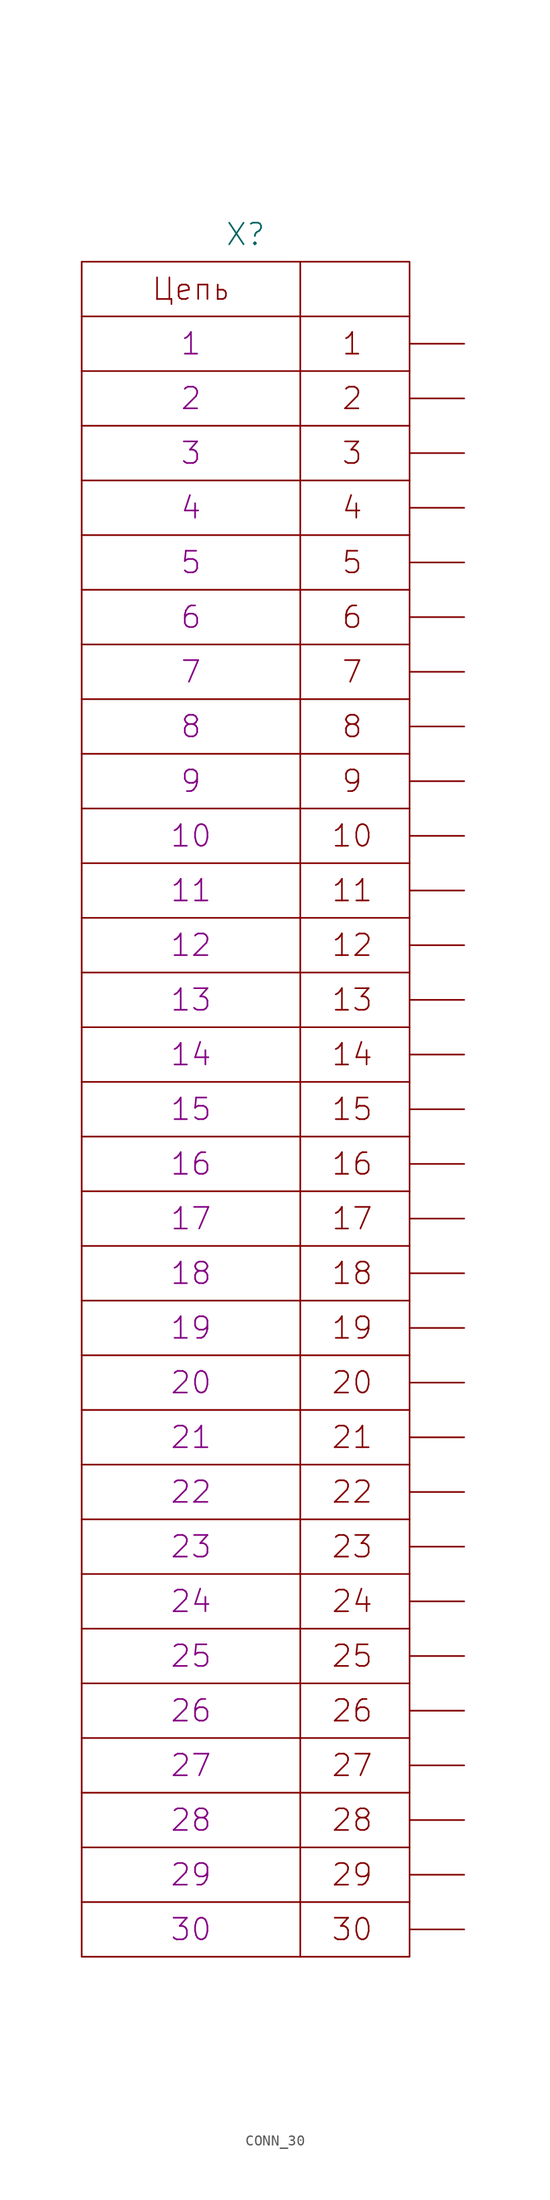
<source format=kicad_sym>
(kicad_symbol_lib
  (version 20231120)
  (generator "kicad_symbol_editor")
  (generator_version "8.0")
  (symbol "CONN_30"
    (pin_numbers hide)
    (pin_names
      (offset 0) hide)
    (property "Reference" "X"
      (at 0 81.28 0)
      (effects (font (size 2.007 2.007))))
    (property "PIN1" "1"
      (at -5.08 71.12 0)
      (effects (font (size 2.007 2.007))))
    (property "PIN2" "2"
      (at -5.08 66.04 0)
      (effects (font (size 2.007 2.007))))
    (property "PIN3" "3"
      (at -5.08 60.96 0)
      (effects (font (size 2.007 2.007))))
    (property "PIN4" "4"
      (at -5.08 55.88 0)
      (effects (font (size 2.007 2.007))))
    (property "PIN5" "5"
      (at -5.08 50.8 0)
      (effects (font (size 2.007 2.007))))
    (property "PIN6" "6"
      (at -5.08 45.72 0)
      (effects (font (size 2.007 2.007))))
    (property "PIN7" "7"
      (at -5.08 40.64 0)
      (effects (font (size 2.007 2.007))))
    (property "PIN8" "8"
      (at -5.08 35.56 0)
      (effects (font (size 2.007 2.007))))
    (property "PIN9" "9"
      (at -5.08 30.48 0)
      (effects (font (size 2.007 2.007))))
    (property "PIN10" "10"
      (at -5.08 25.4 0)
      (effects (font (size 2.007 2.007))))
    (property "PIN11" "11"
      (at -5.08 20.32 0)
      (effects (font (size 2.007 2.007))))
    (property "PIN12" "12"
      (at -5.08 15.24 0)
      (effects (font (size 2.007 2.007))))
    (property "PIN13" "13"
      (at -5.08 10.16 0)
      (effects (font (size 2.007 2.007))))
    (property "PIN14" "14"
      (at -5.08 5.08 0)
      (effects (font (size 2.007 2.007))))
    (property "PIN15" "15"
      (at -5.08 0 0)
      (effects (font (size 2.007 2.007))))
    (property "PIN16" "16"
      (at -5.08 -5.08 0)
      (effects (font (size 2.007 2.007))))
    (property "PIN17" "17"
      (at -5.08 -10.16 0)
      (effects (font (size 2.007 2.007))))
    (property "PIN18" "18"
      (at -5.08 -15.24 0)
      (effects (font (size 2.007 2.007))))
    (property "PIN19" "19"
      (at -5.08 -20.32 0)
      (effects (font (size 2.007 2.007))))
    (property "PIN20" "20"
      (at -5.08 -25.4 0)
      (effects (font (size 2.007 2.007))))
    (property "PIN21" "21"
      (at -5.08 -30.48 0)
      (effects (font (size 2.007 2.007))))
    (property "PIN22" "22"
      (at -5.08 -35.56 0)
      (effects (font (size 2.007 2.007))))
    (property "PIN23" "23"
      (at -5.08 -40.64 0)
      (effects (font (size 2.007 2.007))))
    (property "PIN24" "24"
      (at -5.08 -45.72 0)
      (effects (font (size 2.007 2.007))))
    (property "PIN25" "25"
      (at -5.08 -50.8 0)
      (effects (font (size 2.007 2.007))))
    (property "PIN26" "26"
      (at -5.08 -55.88 0)
      (effects (font (size 2.007 2.007))))
    (property "PIN27" "27"
      (at -5.08 -60.96 0)
      (effects (font (size 2.007 2.007))))
    (property "PIN28" "28"
      (at -5.08 -66.04 0)
      (effects (font (size 2.007 2.007))))
    (property "PIN29" "29"
      (at -5.08 -71.12 0)
      (effects (font (size 2.007 2.007))))
    (property "PIN30" "30"
      (at -5.08 -76.2 0)
      (effects (font (size 2.007 2.007))))
    (symbol "CONN_30_0_0"
      (polyline (pts (xy -15.24 -73.66) (xy 15.24 -73.66)) (stroke (width 0) (type solid)) (fill (type none)))
      (polyline (pts (xy -15.24 -68.58) (xy 15.24 -68.58)) (stroke (width 0) (type solid)) (fill (type none)))
      (polyline (pts (xy -15.24 -63.5) (xy 15.24 -63.5)) (stroke (width 0) (type solid)) (fill (type none)))
      (polyline (pts (xy -15.24 -58.42) (xy 15.24 -58.42)) (stroke (width 0) (type solid)) (fill (type none)))
      (polyline (pts (xy -15.24 -53.34) (xy 15.24 -53.34)) (stroke (width 0) (type solid)) (fill (type none)))
      (polyline (pts (xy -15.24 -48.26) (xy 15.24 -48.26)) (stroke (width 0) (type solid)) (fill (type none)))
      (polyline (pts (xy -15.24 -43.18) (xy 15.24 -43.18)) (stroke (width 0) (type solid)) (fill (type none)))
      (polyline (pts (xy -15.24 -38.1) (xy 15.24 -38.1)) (stroke (width 0) (type solid)) (fill (type none)))
      (polyline (pts (xy -15.24 -33.02) (xy 15.24 -33.02)) (stroke (width 0) (type solid)) (fill (type none)))
      (polyline (pts (xy -15.24 -27.94) (xy 15.24 -27.94)) (stroke (width 0) (type solid)) (fill (type none)))
      (polyline (pts (xy -15.24 -22.86) (xy 15.24 -22.86)) (stroke (width 0) (type solid)) (fill (type none)))
      (polyline (pts (xy -15.24 -17.78) (xy 15.24 -17.78)) (stroke (width 0) (type solid)) (fill (type none)))
      (polyline (pts (xy -15.24 -12.7) (xy 15.24 -12.7)) (stroke (width 0) (type solid)) (fill (type none)))
      (polyline (pts (xy -15.24 -7.62) (xy 15.24 -7.62)) (stroke (width 0) (type solid)) (fill (type none)))
      (polyline (pts (xy -15.24 -2.54) (xy 15.24 -2.54)) (stroke (width 0) (type solid)) (fill (type none)))
      (polyline (pts (xy -15.24 2.54) (xy 15.24 2.54)) (stroke (width 0) (type solid)) (fill (type none)))
      (polyline (pts (xy -15.24 7.62) (xy 15.24 7.62)) (stroke (width 0) (type solid)) (fill (type none)))
      (polyline (pts (xy -15.24 12.7) (xy 15.24 12.7)) (stroke (width 0) (type solid)) (fill (type none)))
      (polyline (pts (xy -15.24 17.78) (xy 15.24 17.78)) (stroke (width 0) (type solid)) (fill (type none)))
      (polyline (pts (xy -15.24 22.86) (xy 15.24 22.86)) (stroke (width 0) (type solid)) (fill (type none)))
      (polyline (pts (xy -15.24 27.94) (xy 15.24 27.94)) (stroke (width 0) (type solid)) (fill (type none)))
      (polyline (pts (xy -15.24 33.02) (xy 15.24 33.02)) (stroke (width 0) (type solid)) (fill (type none)))
      (polyline (pts (xy -15.24 38.1) (xy 15.24 38.1)) (stroke (width 0) (type solid)) (fill (type none)))
      (polyline (pts (xy -15.24 43.18) (xy 15.24 43.18)) (stroke (width 0) (type solid)) (fill (type none)))
      (polyline (pts (xy -15.24 48.26) (xy 15.24 48.26)) (stroke (width 0) (type solid)) (fill (type none)))
      (polyline (pts (xy -15.24 53.34) (xy 15.24 53.34)) (stroke (width 0) (type solid)) (fill (type none)))
      (polyline (pts (xy -15.24 58.42) (xy 15.24 58.42)) (stroke (width 0) (type solid)) (fill (type none)))
      (polyline (pts (xy -15.24 63.5) (xy 15.24 63.5)) (stroke (width 0) (type solid)) (fill (type none)))
      (polyline (pts (xy -15.24 68.58) (xy 15.24 68.58)) (stroke (width 0) (type solid)) (fill (type none)))
      (polyline (pts (xy -15.24 73.66) (xy 15.24 73.66)) (stroke (width 0) (type solid)) (fill (type none)))
      (polyline (pts (xy 5.08 78.74) (xy 5.08 -78.74)) (stroke (width 0) (type solid)) (fill (type none)))
      (rectangle (start 15.24 78.74) (end -15.24 -78.74) (stroke (width 0) (type solid)) (fill (type none))))
    (symbol "CONN_30_1_1"
      (text "1" (at 9.906 71.12 0) (effects (font (size 2.007 2.007))))
      (text "10" (at 9.906 25.4 0) (effects (font (size 2.007 2.007))))
      (text "11" (at 9.906 20.32 0) (effects (font (size 2.007 2.007))))
      (text "12" (at 9.906 15.24 0) (effects (font (size 2.007 2.007))))
      (text "13" (at 9.906 10.16 0) (effects (font (size 2.007 2.007))))
      (text "14" (at 9.906 5.08 0) (effects (font (size 2.007 2.007))))
      (text "15" (at 9.906 0 0) (effects (font (size 2.007 2.007))))
      (text "16" (at 9.906 -5.08 0) (effects (font (size 2.007 2.007))))
      (text "17" (at 9.906 -10.16 0) (effects (font (size 2.007 2.007))))
      (text "18" (at 9.906 -15.24 0) (effects (font (size 2.007 2.007))))
      (text "19" (at 9.906 -20.32 0) (effects (font (size 2.007 2.007))))
      (text "2" (at 9.906 66.04 0) (effects (font (size 2.007 2.007))))
      (text "20" (at 9.906 -25.4 0) (effects (font (size 2.007 2.007))))
      (text "21" (at 9.906 -30.48 0) (effects (font (size 2.007 2.007))))
      (text "22" (at 9.906 -35.56 0) (effects (font (size 2.007 2.007))))
      (text "23" (at 9.906 -40.64 0) (effects (font (size 2.007 2.007))))
      (text "24" (at 9.906 -45.72 0) (effects (font (size 2.007 2.007))))
      (text "25" (at 9.906 -50.8 0) (effects (font (size 2.007 2.007))))
      (text "26" (at 9.906 -55.88 0) (effects (font (size 2.007 2.007))))
      (text "27" (at 9.906 -60.96 0) (effects (font (size 2.007 2.007))))
      (text "28" (at 9.906 -66.04 0) (effects (font (size 2.007 2.007))))
      (text "29" (at 9.906 -71.12 0) (effects (font (size 2.007 2.007))))
      (text "3" (at 9.906 60.96 0) (effects (font (size 2.007 2.007))))
      (text "30" (at 9.906 -76.2 0) (effects (font (size 2.007 2.007))))
      (text "4" (at 9.906 55.88 0) (effects (font (size 2.007 2.007))))
      (text "5" (at 9.906 50.8 0) (effects (font (size 2.007 2.007))))
      (text "6" (at 9.906 45.72 0) (effects (font (size 2.007 2.007))))
      (text "7" (at 9.906 40.64 0) (effects (font (size 2.007 2.007))))
      (text "8" (at 9.906 35.56 0) (effects (font (size 2.007 2.007))))
      (text "9" (at 9.906 30.48 0) (effects (font (size 2.007 2.007))))
      (text "Цепь" (at -5.08 76.2 0) (effects (font (size 2.007 2.007))))
      (pin passive line (at 20.32 71.12 180) (length 5.08) (name "1" (effects (font (size 2.007 2.007)))) (number "1" (effects (font (size 2.007 2.007)))))
      (pin passive line (at 20.32 25.4 180) (length 5.08) (name "10" (effects (font (size 2.007 2.007)))) (number "10" (effects (font (size 2.007 2.007)))))
      (pin passive line (at 20.32 20.32 180) (length 5.08) (name "11" (effects (font (size 2.007 2.007)))) (number "11" (effects (font (size 2.007 2.007)))))
      (pin passive line (at 20.32 15.24 180) (length 5.08) (name "12" (effects (font (size 2.007 2.007)))) (number "12" (effects (font (size 2.007 2.007)))))
      (pin passive line (at 20.32 10.16 180) (length 5.08) (name "13" (effects (font (size 2.007 2.007)))) (number "13" (effects (font (size 2.007 2.007)))))
      (pin passive line (at 20.32 5.08 180) (length 5.08) (name "14" (effects (font (size 2.007 2.007)))) (number "14" (effects (font (size 2.007 2.007)))))
      (pin passive line (at 20.32 0 180) (length 5.08) (name "15" (effects (font (size 2.007 2.007)))) (number "15" (effects (font (size 2.007 2.007)))))
      (pin passive line (at 20.32 -5.08 180) (length 5.08) (name "16" (effects (font (size 2.007 2.007)))) (number "16" (effects (font (size 2.007 2.007)))))
      (pin passive line (at 20.32 -10.16 180) (length 5.08) (name "17" (effects (font (size 2.007 2.007)))) (number "17" (effects (font (size 2.007 2.007)))))
      (pin passive line (at 20.32 -15.24 180) (length 5.08) (name "18" (effects (font (size 2.007 2.007)))) (number "18" (effects (font (size 2.007 2.007)))))
      (pin passive line (at 20.32 -20.32 180) (length 5.08) (name "19" (effects (font (size 2.007 2.007)))) (number "19" (effects (font (size 2.007 2.007)))))
      (pin passive line (at 20.32 66.04 180) (length 5.08) (name "2" (effects (font (size 2.007 2.007)))) (number "2" (effects (font (size 2.007 2.007)))))
      (pin passive line (at 20.32 -25.4 180) (length 5.08) (name "20" (effects (font (size 2.007 2.007)))) (number "20" (effects (font (size 2.007 2.007)))))
      (pin passive line (at 20.32 -30.48 180) (length 5.08) (name "21" (effects (font (size 2.007 2.007)))) (number "21" (effects (font (size 2.007 2.007)))))
      (pin passive line (at 20.32 -35.56 180) (length 5.08) (name "22" (effects (font (size 2.007 2.007)))) (number "22" (effects (font (size 2.007 2.007)))))
      (pin passive line (at 20.32 -40.64 180) (length 5.08) (name "23" (effects (font (size 2.007 2.007)))) (number "23" (effects (font (size 2.007 2.007)))))
      (pin passive line (at 20.32 -45.72 180) (length 5.08) (name "24" (effects (font (size 2.007 2.007)))) (number "24" (effects (font (size 2.007 2.007)))))
      (pin passive line (at 20.32 -50.8 180) (length 5.08) (name "25" (effects (font (size 2.007 2.007)))) (number "25" (effects (font (size 2.007 2.007)))))
      (pin passive line (at 20.32 -55.88 180) (length 5.08) (name "26" (effects (font (size 2.007 2.007)))) (number "26" (effects (font (size 2.007 2.007)))))
      (pin passive line (at 20.32 -60.96 180) (length 5.08) (name "27" (effects (font (size 2.007 2.007)))) (number "27" (effects (font (size 2.007 2.007)))))
      (pin passive line (at 20.32 -66.04 180) (length 5.08) (name "28" (effects (font (size 2.007 2.007)))) (number "28" (effects (font (size 2.007 2.007)))))
      (pin passive line (at 20.32 -71.12 180) (length 5.08) (name "29" (effects (font (size 2.007 2.007)))) (number "29" (effects (font (size 2.007 2.007)))))
      (pin passive line (at 20.32 60.96 180) (length 5.08) (name "3" (effects (font (size 2.007 2.007)))) (number "3" (effects (font (size 2.007 2.007)))))
      (pin passive line (at 20.32 -76.2 180) (length 5.08) (name "30" (effects (font (size 2.007 2.007)))) (number "30" (effects (font (size 2.007 2.007)))))
      (pin passive line (at 20.32 55.88 180) (length 5.08) (name "4" (effects (font (size 2.007 2.007)))) (number "4" (effects (font (size 2.007 2.007)))))
      (pin passive line (at 20.32 50.8 180) (length 5.08) (name "5" (effects (font (size 2.007 2.007)))) (number "5" (effects (font (size 2.007 2.007)))))
      (pin passive line (at 20.32 45.72 180) (length 5.08) (name "6" (effects (font (size 2.007 2.007)))) (number "6" (effects (font (size 2.007 2.007)))))
      (pin passive line (at 20.32 40.64 180) (length 5.08) (name "7" (effects (font (size 2.007 2.007)))) (number "7" (effects (font (size 2.007 2.007)))))
      (pin passive line (at 20.32 35.56 180) (length 5.08) (name "8" (effects (font (size 2.007 2.007)))) (number "8" (effects (font (size 2.007 2.007)))))
      (pin passive line (at 20.32 30.48 180) (length 5.08) (name "9" (effects (font (size 2.007 2.007)))) (number "9" (effects (font (size 2.007 2.007))))))))
</source>
